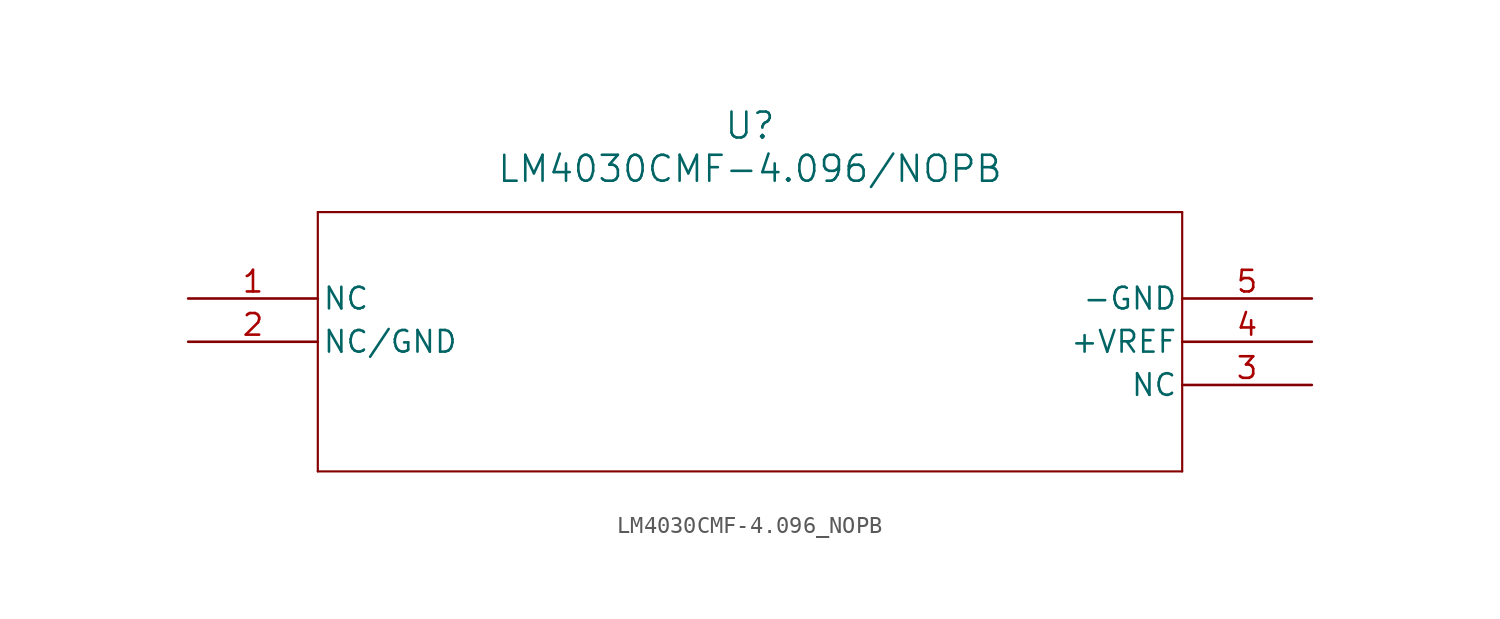
<source format=kicad_sym>
(kicad_symbol_lib
  (version 20211014)
  (generator kicad_symbol_editor)
  (symbol "LM4030CMF-4.096_NOPB"
    (pin_names
      (offset 0.254))
    (property "Reference" "U"
      (at 33.02 10.16 0)
      (effects (font (size 1.524 1.524))))
    (property "Value" "LM4030CMF-4.096/NOPB"
      (at 33.02 7.62 0)
      (effects (font (size 1.524 1.524))))
    (polyline
      (pts (xy 7.62 5.08) (xy 7.62 -10.16))
      (stroke (width 0.127) (type default) (color 0 0 0 0))
      (fill (type none)))
    (polyline
      (pts (xy 7.62 -10.16) (xy 58.42 -10.16))
      (stroke (width 0.127) (type default) (color 0 0 0 0))
      (fill (type none)))
    (polyline
      (pts (xy 58.42 -10.16) (xy 58.42 5.08))
      (stroke (width 0.127) (type default) (color 0 0 0 0))
      (fill (type none)))
    (polyline
      (pts (xy 58.42 5.08) (xy 7.62 5.08))
      (stroke (width 0.127) (type default) (color 0 0 0 0))
      (fill (type none)))
    (pin passive line
      (at 0 0 0)
      (length 7.62)
      (name "NC" (effects (font (size 1.27 1.27))))
      (number "1" (effects (font (size 1.27 1.27)))))
    (pin passive line
      (at 0 -2.54 0)
      (length 7.62)
      (name "NC/GND" (effects (font (size 1.27 1.27))))
      (number "2" (effects (font (size 1.27 1.27)))))
    (pin passive line
      (at 66.04 -5.08 180)
      (length 7.62)
      (name "NC" (effects (font (size 1.27 1.27))))
      (number "3" (effects (font (size 1.27 1.27)))))
    (pin passive line
      (at 66.04 -2.54 180)
      (length 7.62)
      (name "+VREF" (effects (font (size 1.27 1.27))))
      (number "4" (effects (font (size 1.27 1.27)))))
    (pin passive line
      (at 66.04 0 180)
      (length 7.62)
      (name "-GND" (effects (font (size 1.27 1.27))))
      (number "5" (effects (font (size 1.27 1.27)))))))
</source>
